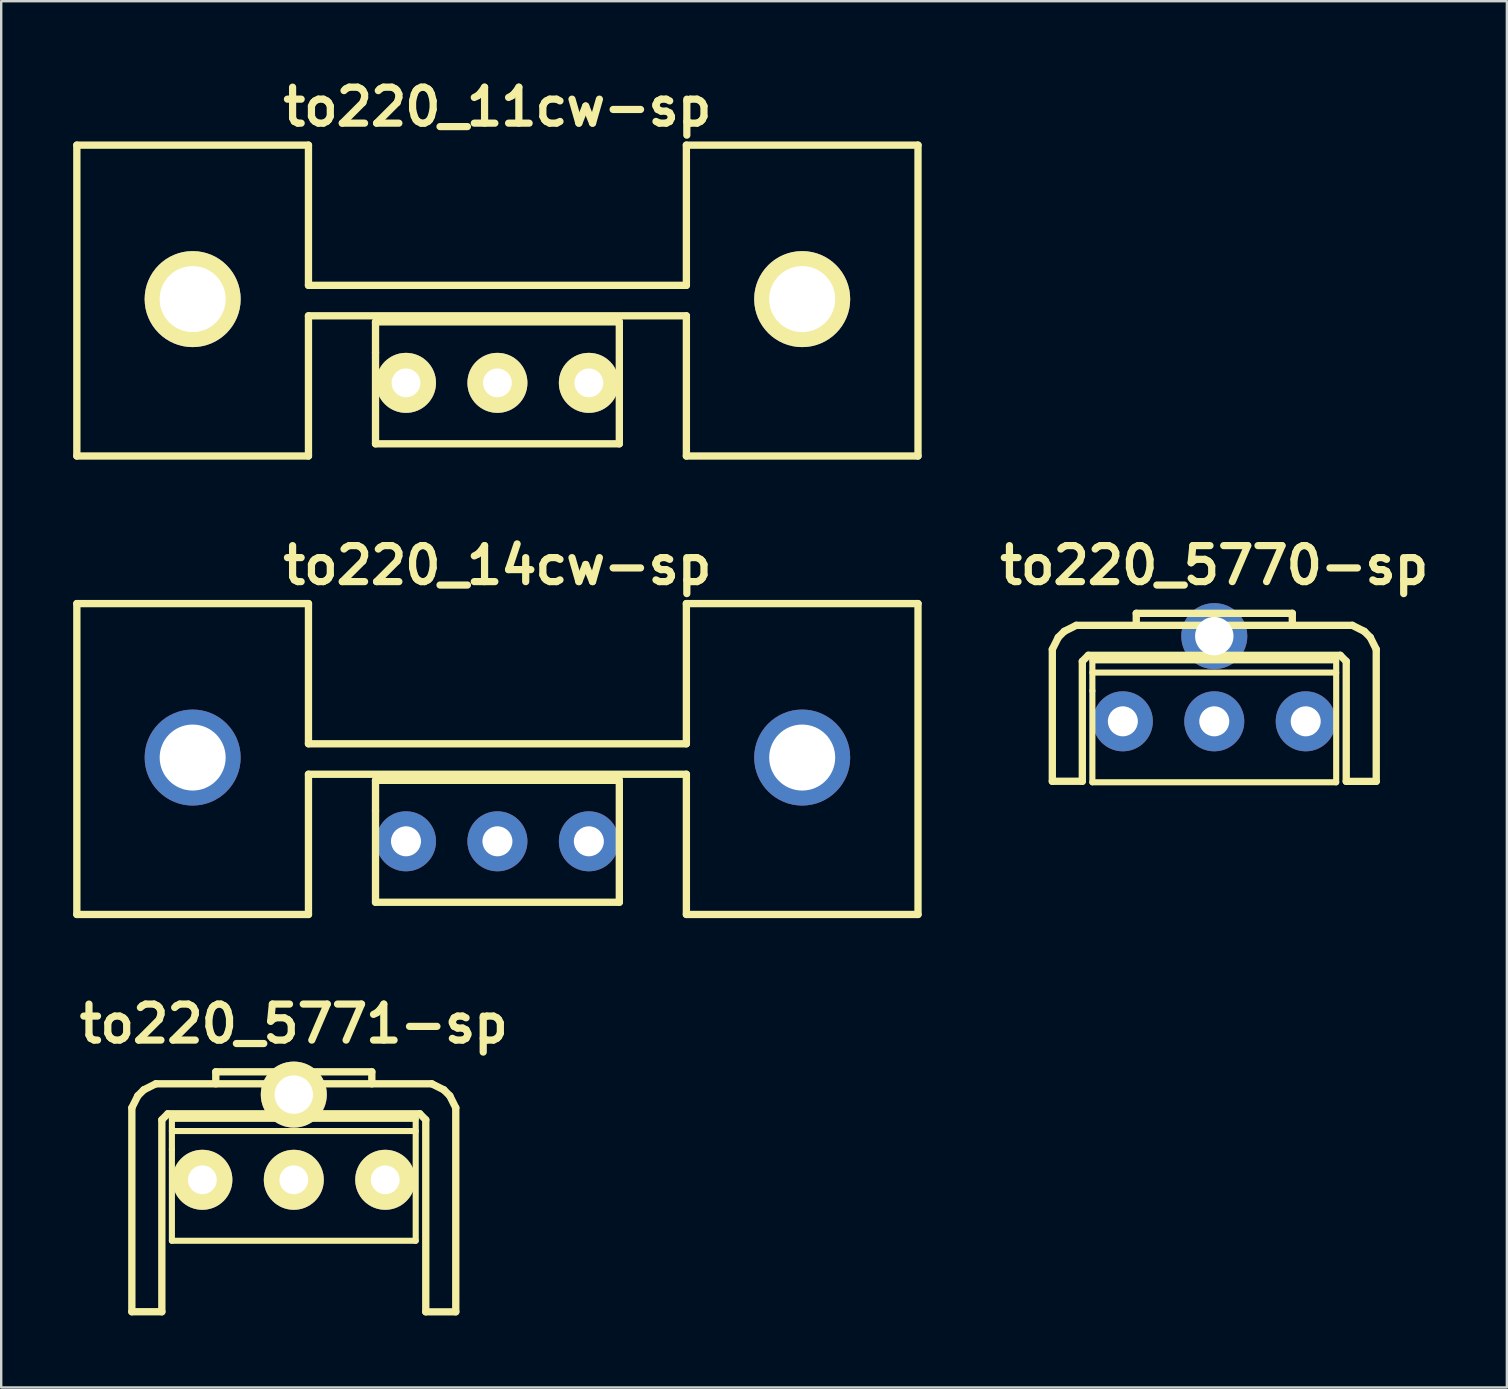
<source format=kicad_pcb>
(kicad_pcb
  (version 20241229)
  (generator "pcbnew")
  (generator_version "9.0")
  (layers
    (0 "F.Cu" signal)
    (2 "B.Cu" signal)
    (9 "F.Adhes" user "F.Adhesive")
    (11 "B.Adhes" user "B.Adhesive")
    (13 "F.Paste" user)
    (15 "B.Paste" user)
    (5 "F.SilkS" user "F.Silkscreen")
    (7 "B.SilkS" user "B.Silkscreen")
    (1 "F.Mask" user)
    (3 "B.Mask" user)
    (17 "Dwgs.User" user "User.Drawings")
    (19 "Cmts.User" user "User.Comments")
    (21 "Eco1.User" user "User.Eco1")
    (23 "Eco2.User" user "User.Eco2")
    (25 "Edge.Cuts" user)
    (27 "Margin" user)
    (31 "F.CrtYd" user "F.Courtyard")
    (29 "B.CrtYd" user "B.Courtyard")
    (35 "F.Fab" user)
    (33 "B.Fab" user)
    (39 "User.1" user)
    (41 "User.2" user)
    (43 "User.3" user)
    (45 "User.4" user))
  (footprint "to220_11cw-sp"
    (layer "F.Cu")
    (at 17.678 12.904)
    (property "Reference" "to220_11cw-sp" (at 0 -11.5 0) (layer "F.SilkS") (effects (font (size 1.5 1.5) (thickness 0.3))))
    (attr through_hole)
    (fp_line (start -17.526 -9.906) (end -17.526 3.048) (stroke (width 0.305) (type solid)) (layer "F.SilkS"))
    (fp_line (start -17.526 3.048) (end -7.874 3.048) (stroke (width 0.305) (type solid)) (layer "F.SilkS"))
    (fp_line (start -7.874 -9.906) (end -17.526 -9.906) (stroke (width 0.305) (type solid)) (layer "F.SilkS"))
    (fp_line (start -7.874 -9.906) (end -7.874 -4.064) (stroke (width 0.305) (type solid)) (layer "F.SilkS"))
    (fp_line (start -7.874 -2.794) (end -7.874 3.048) (stroke (width 0.305) (type solid)) (layer "F.SilkS"))
    (fp_line (start -7.874 -2.794) (end 7.874 -2.794) (stroke (width 0.305) (type solid)) (layer "F.SilkS"))
    (fp_line (start -5.08 -2.54) (end -5.08 -1.27) (stroke (width 0.305) (type solid)) (layer "F.SilkS"))
    (fp_line (start -5.08 -1.27) (end -5.08 2.54) (stroke (width 0.305) (type solid)) (layer "F.SilkS"))
    (fp_line (start -5.08 2.54) (end 5.08 2.54) (stroke (width 0.305) (type solid)) (layer "F.SilkS"))
    (fp_line (start 5.08 -2.54) (end -5.08 -2.54) (stroke (width 0.305) (type solid)) (layer "F.SilkS"))
    (fp_line (start 5.08 2.54) (end 5.08 -2.54) (stroke (width 0.305) (type solid)) (layer "F.SilkS"))
    (fp_line (start 7.874 -9.906) (end 7.874 -4.064) (stroke (width 0.305) (type solid)) (layer "F.SilkS"))
    (fp_line (start 7.874 -4.064) (end -7.874 -4.064) (stroke (width 0.305) (type solid)) (layer "F.SilkS"))
    (fp_line (start 7.874 3.048) (end 7.874 -2.794) (stroke (width 0.305) (type solid)) (layer "F.SilkS"))
    (fp_line (start 7.874 3.048) (end 17.526 3.048) (stroke (width 0.305) (type solid)) (layer "F.SilkS"))
    (fp_line (start 17.526 -9.906) (end 7.874 -9.906) (stroke (width 0.305) (type solid)) (layer "F.SilkS"))
    (fp_line (start 17.526 -9.906) (end 17.526 3.048) (stroke (width 0.305) (type solid)) (layer "F.SilkS"))
    (pad "" thru_hole circle (at -12.7 -3.49) (size 4 4) (drill 2.75) (layers "*.Cu" "*.Mask" "F.SilkS"))
    (pad "" thru_hole circle (at 12.7 -3.49) (size 4 4) (drill 2.75) (layers "*.Cu" "*.Mask" "F.SilkS"))
    (pad "1" thru_hole circle (at -3.81 0) (size 2.5 2.5) (drill 1.2) (layers "*.Cu" "*.Mask" "F.SilkS"))
    (pad "2" thru_hole circle (at 0 0) (size 2.5 2.5) (drill 1.2) (layers "*.Cu" "*.Mask" "F.SilkS"))
    (pad "3" thru_hole circle (at 3.81 0) (size 2.5 2.5) (drill 1.2) (layers "*.Cu" "*.Mask" "F.SilkS")))
  (footprint "to220_14cw-sp"
    (layer "F.Cu")
    (at 17.678 32.008)
    (property "Reference" "to220_14cw-sp" (at 0 -11.5 0) (layer "F.SilkS") (effects (font (size 1.5 1.5) (thickness 0.3))))
    (attr through_hole)
    (fp_line (start -17.526 -9.906) (end -17.526 3.048) (stroke (width 0.305) (type solid)) (layer "F.SilkS"))
    (fp_line (start -17.526 3.048) (end -7.874 3.048) (stroke (width 0.305) (type solid)) (layer "F.SilkS"))
    (fp_line (start -7.874 -9.906) (end -17.526 -9.906) (stroke (width 0.305) (type solid)) (layer "F.SilkS"))
    (fp_line (start -7.874 -9.906) (end -7.874 -4.064) (stroke (width 0.305) (type solid)) (layer "F.SilkS"))
    (fp_line (start -7.874 -2.794) (end -7.874 3.048) (stroke (width 0.305) (type solid)) (layer "F.SilkS"))
    (fp_line (start -7.874 -2.794) (end 7.874 -2.794) (stroke (width 0.305) (type solid)) (layer "F.SilkS"))
    (fp_line (start -5.08 -2.54) (end -5.08 -1.27) (stroke (width 0.305) (type solid)) (layer "F.SilkS"))
    (fp_line (start -5.08 -1.27) (end -5.08 2.54) (stroke (width 0.305) (type solid)) (layer "F.SilkS"))
    (fp_line (start -5.08 2.54) (end 5.08 2.54) (stroke (width 0.305) (type solid)) (layer "F.SilkS"))
    (fp_line (start 5.08 -2.54) (end -5.08 -2.54) (stroke (width 0.305) (type solid)) (layer "F.SilkS"))
    (fp_line (start 5.08 2.54) (end 5.08 -2.54) (stroke (width 0.305) (type solid)) (layer "F.SilkS"))
    (fp_line (start 7.874 -9.906) (end 7.874 -4.064) (stroke (width 0.305) (type solid)) (layer "F.SilkS"))
    (fp_line (start 7.874 -4.064) (end -7.874 -4.064) (stroke (width 0.305) (type solid)) (layer "F.SilkS"))
    (fp_line (start 7.874 3.048) (end 7.874 -2.794) (stroke (width 0.305) (type solid)) (layer "F.SilkS"))
    (fp_line (start 7.874 3.048) (end 17.526 3.048) (stroke (width 0.305) (type solid)) (layer "F.SilkS"))
    (fp_line (start 17.526 -9.906) (end 7.874 -9.906) (stroke (width 0.305) (type solid)) (layer "F.SilkS"))
    (fp_line (start 17.526 -9.906) (end 17.526 3.048) (stroke (width 0.305) (type solid)) (layer "F.SilkS"))
    (pad "" thru_hole circle (at -12.7 -3.49) (size 4 4) (drill 2.75) (layers "*.Cu" "*.Mask"))
    (pad "" thru_hole circle (at 12.7 -3.49) (size 4 4) (drill 2.75) (layers "*.Cu" "*.Mask"))
    (pad "1" thru_hole circle (at -3.81 0) (size 2.5 2.5) (drill 1.25) (layers "*.Cu" "*.Mask"))
    (pad "2" thru_hole circle (at 0 0) (size 2.5 2.5) (drill 1.25) (layers "*.Cu" "*.Mask"))
    (pad "3" thru_hole circle (at 3.81 0) (size 2.5 2.5) (drill 1.25) (layers "*.Cu" "*.Mask")))
  (footprint "to220_5771-sp"
    (layer "F.Cu")
    (at 9.193 46.113)
    (property "Reference" "to220_5771-sp" (at 0 -6.5 0) (layer "F.SilkS") (effects (font (size 1.5 1.5) (thickness 0.3))))
    (attr through_hole)
    (fp_line (start -6.749 -3) (end -6.5 -3.5) (stroke (width 0.305) (type solid)) (layer "F.SilkS"))
    (fp_line (start -6.749 5.499) (end -6.749 -3) (stroke (width 0.305) (type solid)) (layer "F.SilkS"))
    (fp_line (start -6.5 -3.5) (end -6.251 -3.749) (stroke (width 0.305) (type solid)) (layer "F.SilkS"))
    (fp_line (start -6.251 -3.749) (end -5.751 -4) (stroke (width 0.305) (type solid)) (layer "F.SilkS"))
    (fp_line (start -5.499 -2.499) (end -5.499 5.499) (stroke (width 0.305) (type solid)) (layer "F.SilkS"))
    (fp_line (start -5.499 -2.499) (end -5.25 -2.751) (stroke (width 0.305) (type solid)) (layer "F.SilkS"))
    (fp_line (start -5.499 5.499) (end -6.749 5.499) (stroke (width 0.305) (type solid)) (layer "F.SilkS"))
    (fp_line (start -5.25 -2.751) (end 5.25 -2.751) (stroke (width 0.305) (type solid)) (layer "F.SilkS"))
    (fp_line (start -5.08 -2.54) (end -5.08 -1.27) (stroke (width 0.254) (type solid)) (layer "F.SilkS"))
    (fp_line (start -5.08 -2.032) (end 5.08 -2.032) (stroke (width 0.254) (type solid)) (layer "F.SilkS"))
    (fp_line (start -5.08 -1.27) (end -5.08 2.54) (stroke (width 0.254) (type solid)) (layer "F.SilkS"))
    (fp_line (start -5.08 2.54) (end 5.08 2.54) (stroke (width 0.254) (type solid)) (layer "F.SilkS"))
    (fp_line (start -3.251 -4.501) (end 3.251 -4.501) (stroke (width 0.305) (type solid)) (layer "F.SilkS"))
    (fp_line (start -3.251 -4) (end -3.251 -4.501) (stroke (width 0.305) (type solid)) (layer "F.SilkS"))
    (fp_line (start 3.251 -4.501) (end 3.251 -4) (stroke (width 0.305) (type solid)) (layer "F.SilkS"))
    (fp_line (start 5.08 -2.54) (end -5.08 -2.54) (stroke (width 0.254) (type solid)) (layer "F.SilkS"))
    (fp_line (start 5.08 2.54) (end 5.08 -2.54) (stroke (width 0.254) (type solid)) (layer "F.SilkS"))
    (fp_line (start 5.25 -2.751) (end 5.499 -2.499) (stroke (width 0.305) (type solid)) (layer "F.SilkS"))
    (fp_line (start 5.499 5.499) (end 5.499 -2.499) (stroke (width 0.305) (type solid)) (layer "F.SilkS"))
    (fp_line (start 5.751 -4) (end -5.751 -4) (stroke (width 0.305) (type solid)) (layer "F.SilkS"))
    (fp_line (start 5.751 -4) (end 6.251 -3.749) (stroke (width 0.305) (type solid)) (layer "F.SilkS"))
    (fp_line (start 6.251 -3.749) (end 6.5 -3.5) (stroke (width 0.305) (type solid)) (layer "F.SilkS"))
    (fp_line (start 6.5 -3.5) (end 6.749 -3) (stroke (width 0.305) (type solid)) (layer "F.SilkS"))
    (fp_line (start 6.749 5.499) (end 6.749 -3) (stroke (width 0.305) (type solid)) (layer "F.SilkS"))
    (fp_line (start 6.749 5.502) (end 5.499 5.502) (stroke (width 0.305) (type solid)) (layer "F.SilkS"))
    (pad "" thru_hole circle (at 0 -3.55) (size 2.75 2.75) (drill 1.6) (layers "*.Cu" "*.Mask" "F.SilkS"))
    (pad "1" thru_hole circle (at -3.81 0) (size 2.5 2.5) (drill 1.2) (layers "*.Cu" "*.Mask" "F.SilkS"))
    (pad "2" thru_hole circle (at 0 0) (size 2.5 2.5) (drill 1.2) (layers "*.Cu" "*.Mask" "F.SilkS"))
    (pad "3" thru_hole circle (at 3.81 0) (size 2.5 2.5) (drill 1.2) (layers "*.Cu" "*.Mask" "F.SilkS")))
  (footprint "to220_5770-sp"
    (layer "F.Cu")
    (at 47.55 27.008)
    (property "Reference" "to220_5770-sp" (at 0 -6.5 0) (layer "F.SilkS") (effects (font (size 1.5 1.5) (thickness 0.3))))
    (attr through_hole)
    (fp_line (start -6.749 -3) (end -6.5 -3.5) (stroke (width 0.305) (type solid)) (layer "F.SilkS"))
    (fp_line (start -6.749 2.499) (end -6.749 -3) (stroke (width 0.305) (type solid)) (layer "F.SilkS"))
    (fp_line (start -6.5 -3.5) (end -6.251 -3.749) (stroke (width 0.305) (type solid)) (layer "F.SilkS"))
    (fp_line (start -6.251 -3.749) (end -5.751 -4) (stroke (width 0.305) (type solid)) (layer "F.SilkS"))
    (fp_line (start -5.499 -2.499) (end -5.25 -2.751) (stroke (width 0.305) (type solid)) (layer "F.SilkS"))
    (fp_line (start -5.499 2.499) (end -6.749 2.499) (stroke (width 0.305) (type solid)) (layer "F.SilkS"))
    (fp_line (start -5.499 2.499) (end -5.499 -2.499) (stroke (width 0.305) (type solid)) (layer "F.SilkS"))
    (fp_line (start -5.25 -2.751) (end 5.25 -2.751) (stroke (width 0.305) (type solid)) (layer "F.SilkS"))
    (fp_line (start -5.08 -2.54) (end -5.08 -1.27) (stroke (width 0.254) (type solid)) (layer "F.SilkS"))
    (fp_line (start -5.08 -2.032) (end 5.08 -2.032) (stroke (width 0.254) (type solid)) (layer "F.SilkS"))
    (fp_line (start -5.08 -1.27) (end -5.08 2.54) (stroke (width 0.254) (type solid)) (layer "F.SilkS"))
    (fp_line (start -5.08 2.54) (end 5.08 2.54) (stroke (width 0.254) (type solid)) (layer "F.SilkS"))
    (fp_line (start -3.251 -4.501) (end 3.251 -4.501) (stroke (width 0.305) (type solid)) (layer "F.SilkS"))
    (fp_line (start -3.251 -4) (end -3.251 -4.501) (stroke (width 0.305) (type solid)) (layer "F.SilkS"))
    (fp_line (start 3.251 -4.501) (end 3.251 -4) (stroke (width 0.305) (type solid)) (layer "F.SilkS"))
    (fp_line (start 5.08 -2.54) (end -5.08 -2.54) (stroke (width 0.254) (type solid)) (layer "F.SilkS"))
    (fp_line (start 5.08 2.54) (end 5.08 -2.54) (stroke (width 0.254) (type solid)) (layer "F.SilkS"))
    (fp_line (start 5.25 -2.751) (end 5.499 -2.499) (stroke (width 0.305) (type solid)) (layer "F.SilkS"))
    (fp_line (start 5.499 2.499) (end 5.499 -2.499) (stroke (width 0.305) (type solid)) (layer "F.SilkS"))
    (fp_line (start 5.751 -4) (end -5.751 -4) (stroke (width 0.305) (type solid)) (layer "F.SilkS"))
    (fp_line (start 5.751 -4) (end 6.251 -3.749) (stroke (width 0.305) (type solid)) (layer "F.SilkS"))
    (fp_line (start 6.251 -3.749) (end 6.5 -3.5) (stroke (width 0.305) (type solid)) (layer "F.SilkS"))
    (fp_line (start 6.5 -3.5) (end 6.749 -3) (stroke (width 0.305) (type solid)) (layer "F.SilkS"))
    (fp_line (start 6.749 2.499) (end 6.749 -3) (stroke (width 0.305) (type solid)) (layer "F.SilkS"))
    (fp_line (start 6.749 2.502) (end 5.499 2.502) (stroke (width 0.305) (type solid)) (layer "F.SilkS"))
    (pad "" thru_hole circle (at 0 -3.55) (size 2.75 2.75) (drill 1.6) (layers "*.Cu" "*.Mask"))
    (pad "1" thru_hole circle (at -3.81 0) (size 2.5 2.5) (drill 1.25) (layers "*.Cu" "*.Mask"))
    (pad "2" thru_hole circle (at 0 0) (size 2.5 2.5) (drill 1.25) (layers "*.Cu" "*.Mask"))
    (pad "3" thru_hole circle (at 3.81 0) (size 2.5 2.5) (drill 1.25) (layers "*.Cu" "*.Mask")))
  (gr_rect
    (start -3 -3)
    (end 59.743 54.767)
    (stroke (width 0.1) (type default))
    (fill no)
    (layer "Edge.Cuts")))
</source>
